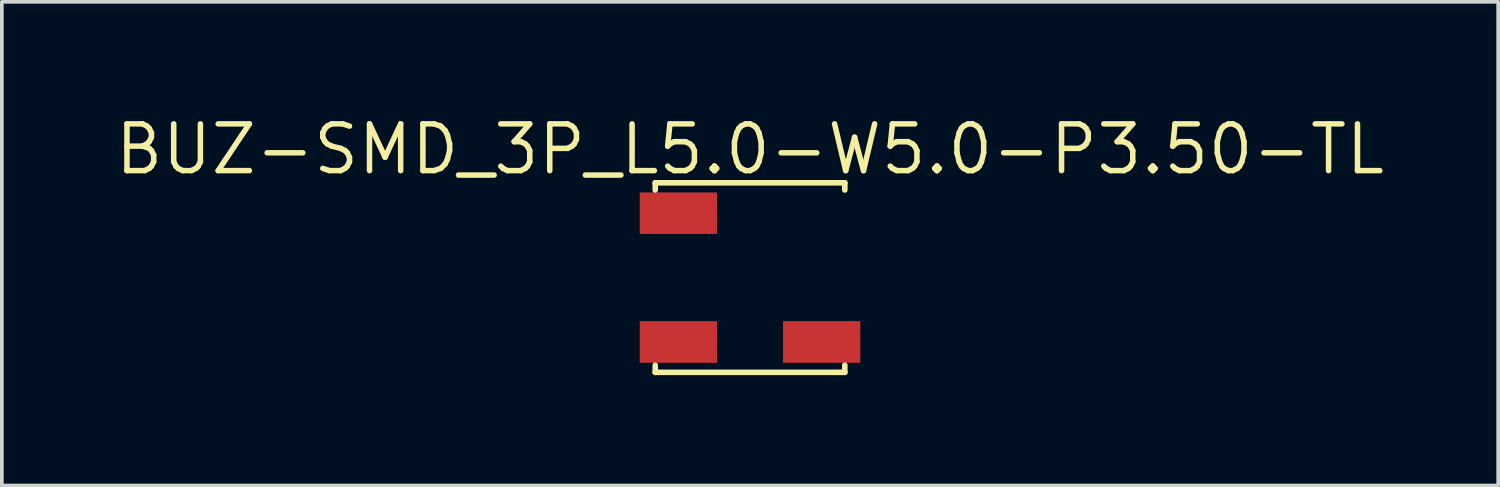
<source format=kicad_pcb>
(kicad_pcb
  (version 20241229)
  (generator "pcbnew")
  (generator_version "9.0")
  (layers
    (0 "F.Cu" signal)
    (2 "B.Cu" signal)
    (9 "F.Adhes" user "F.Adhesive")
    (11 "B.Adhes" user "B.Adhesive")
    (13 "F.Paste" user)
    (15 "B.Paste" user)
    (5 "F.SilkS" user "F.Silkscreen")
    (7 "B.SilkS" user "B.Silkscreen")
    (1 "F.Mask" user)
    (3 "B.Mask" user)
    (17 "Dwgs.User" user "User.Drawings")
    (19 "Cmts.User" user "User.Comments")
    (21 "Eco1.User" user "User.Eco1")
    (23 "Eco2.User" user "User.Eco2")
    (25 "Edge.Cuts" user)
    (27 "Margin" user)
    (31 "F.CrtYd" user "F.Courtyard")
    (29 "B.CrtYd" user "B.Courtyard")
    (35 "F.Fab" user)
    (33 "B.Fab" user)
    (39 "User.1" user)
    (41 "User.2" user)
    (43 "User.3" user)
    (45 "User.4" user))
  (footprint "BUZ-SMD_3P_L5.0-W5.0-P3.50-TL"
    (layer "F.Cu")
    (at 17.334 4.494)
    (property "Reference" "BUZ-SMD_3P_L5.0-W5.0-P3.50-TL" (at 0 -3.487 0) (layer "F.SilkS") (effects (font (size 1.27 1.27) (thickness 0.15))))
    (fp_line (start -2.576 -2.576) (end 2.576 -2.576) (stroke (width 0.152) (type default)) (layer "F.SilkS"))
    (fp_line (start -2.576 -2.381) (end -2.576 -2.576) (stroke (width 0.152) (type default)) (layer "F.SilkS"))
    (fp_line (start -2.576 2.381) (end -2.576 2.576) (stroke (width 0.152) (type default)) (layer "F.SilkS"))
    (fp_line (start -2.576 2.576) (end 2.576 2.576) (stroke (width 0.152) (type default)) (layer "F.SilkS"))
    (fp_line (start 2.576 -2.576) (end 2.576 -2.381) (stroke (width 0.152) (type default)) (layer "F.SilkS"))
    (fp_line (start 2.576 2.576) (end 2.576 2.381) (stroke (width 0.152) (type default)) (layer "F.SilkS"))
    (fp_circle (center -2.5 2.5) (end -2.47 2.5) (stroke (width 0.06) (type default)) (fill no) (layer "User.5"))
    (pad "1" smd rect (at -1.947 1.75) (size 2.1 1.13) (layers "F.Cu" "F.Mask" "F.Paste"))
    (pad "2" smd rect (at 1.947 1.75) (size 2.1 1.13) (layers "F.Cu" "F.Mask" "F.Paste"))
    (pad "3" smd rect (at -1.947 -1.75) (size 2.1 1.13) (layers "F.Cu" "F.Mask" "F.Paste"))
    (zone (net_name "") (layer "Dwgs.User") (hatch edge 0.5) (priority 100) (connect_pads yes) (min_thickness 0) (filled_areas_thickness no) (fill yes) (polygon (pts (xy 18.858 1.954) (xy 19.874 1.954) (xy 19.874 2.843))) (filled_polygon (layer "Dwgs.User") (island) (pts (xy 18.858 1.954) (xy 19.874 1.954) (xy 19.874 2.843))))
    (zone (net_name "") (layer "Dwgs.User") (hatch edge 0.5) (priority 100) (connect_pads yes) (min_thickness 0) (filled_areas_thickness no) (fill yes) (polygon (pts (xy 14.921 6.145) (xy 15.937 6.145) (xy 15.937 6.399) (xy 14.921 6.399))) (filled_polygon (layer "Dwgs.User") (island) (pts (xy 14.921 6.145) (xy 15.937 6.145) (xy 15.937 6.399) (xy 14.921 6.399))))
    (zone (net_name "") (layer "Dwgs.User") (hatch edge 0.5) (priority 100) (connect_pads yes) (min_thickness 0) (filled_areas_thickness no) (fill yes) (polygon (pts (xy 15.311 6.752) (xy 15.311 5.736) (xy 15.565 5.736) (xy 15.565 6.752))) (filled_polygon (layer "Dwgs.User") (island) (pts (xy 15.311 6.752) (xy 15.311 5.736) (xy 15.565 5.736) (xy 15.565 6.752))))
    (zone (net_name "") (layer "Dwgs.User") (hatch edge 0.5) (priority 100) (connect_pads yes) (min_thickness 0) (filled_areas_thickness no) (fill yes) (polygon (pts (xy 18.816 6.145) (xy 19.832 6.145) (xy 19.832 6.399) (xy 18.816 6.399))) (filled_polygon (layer "Dwgs.User") (island) (pts (xy 18.816 6.145) (xy 19.832 6.145) (xy 19.832 6.399) (xy 18.816 6.399))))
    (zone (net_name "") (layer "User.3") (hatch edge 0.5) (priority 100) (connect_pads yes) (min_thickness 0) (filled_areas_thickness no) (fill yes) (polygon (pts (xy 14.834 1.994) (xy 19.834 1.994) (xy 19.834 6.994) (xy 14.834 6.994))) (filled_polygon (layer "User.3") (island) (pts (xy 14.834 1.994) (xy 19.834 1.994) (xy 19.834 6.994) (xy 14.834 6.994))))
    (zone (net_name "") (layer "User.4") (hatch edge 0.5) (priority 100) (connect_pads yes) (min_thickness 0) (filled_areas_thickness no) (fill yes) (polygon (pts (xy 14.834 3.144) (xy 14.834 2.344) (xy 16.334 2.344) (xy 16.334 3.144))) (filled_polygon (layer "User.4") (island) (pts (xy 14.834 3.144) (xy 14.834 2.344) (xy 16.334 2.344) (xy 16.334 3.144))))
    (zone (net_name "") (layer "User.4") (hatch edge 0.5) (priority 100) (connect_pads yes) (min_thickness 0) (filled_areas_thickness no) (fill yes) (polygon (pts (xy 14.834 6.644) (xy 14.834 5.844) (xy 16.334 5.844) (xy 16.334 6.644))) (filled_polygon (layer "User.4") (island) (pts (xy 14.834 6.644) (xy 14.834 5.844) (xy 16.334 5.844) (xy 16.334 6.644))))
    (zone (net_name "") (layer "User.4") (hatch edge 0.5) (priority 100) (connect_pads yes) (min_thickness 0) (filled_areas_thickness no) (fill yes) (polygon (pts (xy 18.334 6.644) (xy 18.334 5.844) (xy 19.834 5.844) (xy 19.834 6.644))) (filled_polygon (layer "User.4") (island) (pts (xy 18.334 6.644) (xy 18.334 5.844) (xy 19.834 5.844) (xy 19.834 6.644)))))
  (gr_rect
    (start -3 -3)
    (end 37.667 10.146)
    (stroke (width 0.1) (type default))
    (fill no)
    (layer "Edge.Cuts")))
</source>
